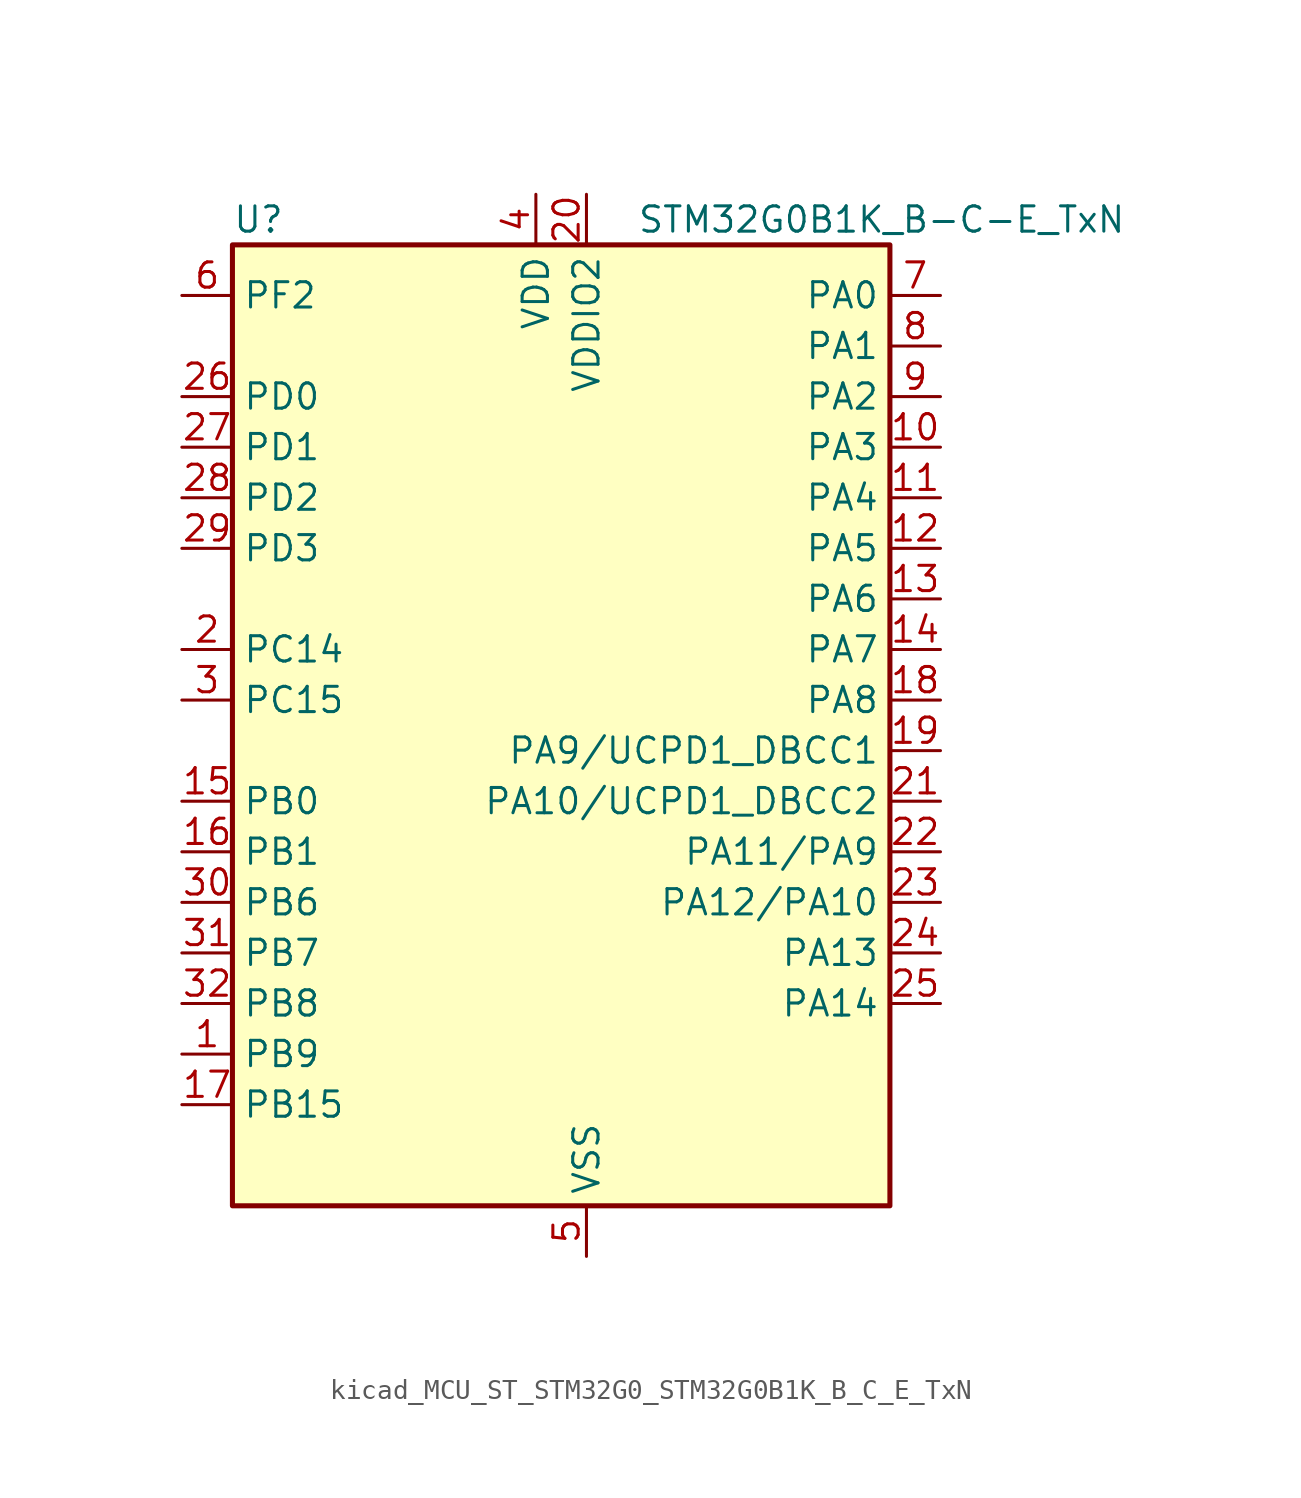
<source format=kicad_sym>
(kicad_symbol_lib
  (version 20220914)
  (generator kicad_symbol_editor)
  (symbol "kicad_MCU_ST_STM32G0_STM32G0B1K_B_C_E_TxN"
    (property "Reference" "U"
      (at -15.24 26.67 0)
      (effects (font (size 1.27 1.27)) (justify left)))
    (property "Value" "STM32G0B1K_B-C-E_TxN"
      (at 5.08 26.67 0)
      (effects (font (size 1.27 1.27)) (justify left)))
    (property "ki_locked" ""
      (at 0 0 0)
      (effects (font (size 1.27 1.27))))
    (symbol "kicad_MCU_ST_STM32G0_STM32G0B1K_B_C_E_TxN_0_1"
      (rectangle (start -15.24 -22.86) (end 17.78 25.4) (stroke (width 0.254) (type default)) (fill (type background))))
    (symbol "kicad_MCU_ST_STM32G0_STM32G0B1K_B_C_E_TxN_1_1"
      (pin bidirectional line (at -17.78 -15.24 0) (length 2.54) (name "PB9" (effects (font (size 1.27 1.27)))) (number "1" (effects (font (size 1.27 1.27)))) (alternate "DAC1_EXTI9" bidirectional line) (alternate "FDCAN1_TX" bidirectional line) (alternate "I2C1_SDA" bidirectional line) (alternate "I2S2_WS" bidirectional line) (alternate "IR_OUT" bidirectional line) (alternate "SPI2_NSS" bidirectional line) (alternate "TIM17_CH1" bidirectional line) (alternate "TIM4_CH4" bidirectional line) (alternate "UCPD2_FRSTX1" bidirectional line) (alternate "UCPD2_FRSTX2" bidirectional line) (alternate "USART3_RX" bidirectional line) (alternate "USART6_RX" bidirectional line))
      (pin bidirectional line (at 20.32 15.24 180) (length 2.54) (name "PA3" (effects (font (size 1.27 1.27)))) (number "10" (effects (font (size 1.27 1.27)))) (alternate "ADC1_IN3" bidirectional line) (alternate "COMP2_INP" bidirectional line) (alternate "I2S2_MCK" bidirectional line) (alternate "LPUART1_RX" bidirectional line) (alternate "SPI2_MISO" bidirectional line) (alternate "TIM15_CH2" bidirectional line) (alternate "TIM2_CH4" bidirectional line) (alternate "UCPD2_FRSTX1" bidirectional line) (alternate "UCPD2_FRSTX2" bidirectional line) (alternate "USART2_RX" bidirectional line))
      (pin bidirectional line (at 20.32 12.7 180) (length 2.54) (name "PA4" (effects (font (size 1.27 1.27)))) (number "11" (effects (font (size 1.27 1.27)))) (alternate "ADC1_IN4" bidirectional line) (alternate "DAC1_OUT1" bidirectional line) (alternate "I2S1_WS" bidirectional line) (alternate "I2S2_SD" bidirectional line) (alternate "LPTIM2_OUT" bidirectional line) (alternate "RTC_OUT1" bidirectional line) (alternate "RTC_TAMP_IN1" bidirectional line) (alternate "RTC_TS" bidirectional line) (alternate "SPI1_NSS" bidirectional line) (alternate "SPI2_MOSI" bidirectional line) (alternate "SYS_WKUP2" bidirectional line) (alternate "TIM14_CH1" bidirectional line) (alternate "UCPD2_FRSTX1" bidirectional line) (alternate "UCPD2_FRSTX2" bidirectional line) (alternate "USART6_TX" bidirectional line) (alternate "USB_NOE" bidirectional line))
      (pin bidirectional line (at 20.32 10.16 180) (length 2.54) (name "PA5" (effects (font (size 1.27 1.27)))) (number "12" (effects (font (size 1.27 1.27)))) (alternate "ADC1_IN5" bidirectional line) (alternate "CEC" bidirectional line) (alternate "DAC1_OUT2" bidirectional line) (alternate "I2S1_CK" bidirectional line) (alternate "LPTIM2_ETR" bidirectional line) (alternate "SPI1_SCK" bidirectional line) (alternate "TIM2_CH1" bidirectional line) (alternate "TIM2_ETR" bidirectional line) (alternate "UCPD1_FRSTX1" bidirectional line) (alternate "UCPD1_FRSTX2" bidirectional line) (alternate "USART3_TX" bidirectional line) (alternate "USART6_RX" bidirectional line))
      (pin bidirectional line (at 20.32 7.62 180) (length 2.54) (name "PA6" (effects (font (size 1.27 1.27)))) (number "13" (effects (font (size 1.27 1.27)))) (alternate "ADC1_IN6" bidirectional line) (alternate "COMP1_OUT" bidirectional line) (alternate "I2C2_SDA" bidirectional line) (alternate "I2C3_SDA" bidirectional line) (alternate "I2S1_MCK" bidirectional line) (alternate "LPUART1_CTS" bidirectional line) (alternate "SPI1_MISO" bidirectional line) (alternate "TIM16_CH1" bidirectional line) (alternate "TIM1_BK" bidirectional line) (alternate "TIM3_CH1" bidirectional line) (alternate "USART3_CTS" bidirectional line) (alternate "USART3_NSS" bidirectional line) (alternate "USART6_CTS" bidirectional line) (alternate "USART6_NSS" bidirectional line))
      (pin bidirectional line (at 20.32 5.08 180) (length 2.54) (name "PA7" (effects (font (size 1.27 1.27)))) (number "14" (effects (font (size 1.27 1.27)))) (alternate "ADC1_IN7" bidirectional line) (alternate "COMP2_OUT" bidirectional line) (alternate "I2C2_SCL" bidirectional line) (alternate "I2C3_SCL" bidirectional line) (alternate "I2S1_SD" bidirectional line) (alternate "SPI1_MOSI" bidirectional line) (alternate "TIM14_CH1" bidirectional line) (alternate "TIM17_CH1" bidirectional line) (alternate "TIM1_CH1N" bidirectional line) (alternate "TIM3_CH2" bidirectional line) (alternate "UCPD1_FRSTX1" bidirectional line) (alternate "UCPD1_FRSTX2" bidirectional line) (alternate "USART6_CK" bidirectional line) (alternate "USART6_DE" bidirectional line) (alternate "USART6_RTS" bidirectional line))
      (pin bidirectional line (at -17.78 -2.54 0) (length 2.54) (name "PB0" (effects (font (size 1.27 1.27)))) (number "15" (effects (font (size 1.27 1.27)))) (alternate "ADC1_IN8" bidirectional line) (alternate "COMP1_OUT" bidirectional line) (alternate "COMP3_INP" bidirectional line) (alternate "FDCAN2_RX" bidirectional line) (alternate "I2S1_WS" bidirectional line) (alternate "LPTIM1_OUT" bidirectional line) (alternate "LPUART2_CTS" bidirectional line) (alternate "SPI1_NSS" bidirectional line) (alternate "TIM1_CH2N" bidirectional line) (alternate "TIM3_CH3" bidirectional line) (alternate "UCPD1_FRSTX1" bidirectional line) (alternate "UCPD1_FRSTX2" bidirectional line) (alternate "USART3_RX" bidirectional line) (alternate "USART5_TX" bidirectional line))
      (pin bidirectional line (at -17.78 -5.08 0) (length 2.54) (name "PB1" (effects (font (size 1.27 1.27)))) (number "16" (effects (font (size 1.27 1.27)))) (alternate "ADC1_IN9" bidirectional line) (alternate "COMP1_INM" bidirectional line) (alternate "COMP3_OUT" bidirectional line) (alternate "FDCAN2_TX" bidirectional line) (alternate "LPTIM2_IN1" bidirectional line) (alternate "LPUART1_DE" bidirectional line) (alternate "LPUART1_RTS" bidirectional line) (alternate "LPUART2_DE" bidirectional line) (alternate "LPUART2_RTS" bidirectional line) (alternate "TIM14_CH1" bidirectional line) (alternate "TIM1_CH3N" bidirectional line) (alternate "TIM3_CH4" bidirectional line) (alternate "USART3_CK" bidirectional line) (alternate "USART3_DE" bidirectional line) (alternate "USART3_RTS" bidirectional line) (alternate "USART5_RX" bidirectional line))
      (pin bidirectional line (at -17.78 -17.78 0) (length 2.54) (name "PB15" (effects (font (size 1.27 1.27)))) (number "17" (effects (font (size 1.27 1.27)))) (alternate "I2S2_SD" bidirectional line) (alternate "RTC_REFIN" bidirectional line) (alternate "SPI2_MOSI" bidirectional line) (alternate "TIM15_CH1N" bidirectional line) (alternate "TIM15_CH2" bidirectional line) (alternate "TIM1_CH3N" bidirectional line) (alternate "UCPD1_CC2" bidirectional line) (alternate "USART6_CTS" bidirectional line) (alternate "USART6_NSS" bidirectional line))
      (pin bidirectional line (at 20.32 2.54 180) (length 2.54) (name "PA8" (effects (font (size 1.27 1.27)))) (number "18" (effects (font (size 1.27 1.27)))) (alternate "CRS1_SYNC" bidirectional line) (alternate "I2C2_SMBA" bidirectional line) (alternate "I2S2_WS" bidirectional line) (alternate "LPTIM2_OUT" bidirectional line) (alternate "RCC_MCO" bidirectional line) (alternate "SPI2_NSS" bidirectional line) (alternate "TIM1_CH1" bidirectional line) (alternate "UCPD1_CC1" bidirectional line))
      (pin bidirectional line (at 20.32 0 180) (length 2.54) (name "PA9/UCPD1_DBCC1" (effects (font (size 1.27 1.27)))) (number "19" (effects (font (size 1.27 1.27)))) (alternate "DAC1_EXTI9" bidirectional line) (alternate "I2C1_SCL" bidirectional line) (alternate "I2C2_SCL" bidirectional line) (alternate "I2S2_MCK" bidirectional line) (alternate "RCC_MCO" bidirectional line) (alternate "SPI2_MISO" bidirectional line) (alternate "TIM15_BK" bidirectional line) (alternate "TIM1_CH2" bidirectional line) (alternate "UCPD1_DBCC1" bidirectional line) (alternate "USART1_TX" bidirectional line))
      (pin bidirectional line (at -17.78 5.08 0) (length 2.54) (name "PC14" (effects (font (size 1.27 1.27)))) (number "2" (effects (font (size 1.27 1.27)))) (alternate "RCC_OSC32_IN" bidirectional line) (alternate "RCC_OSC_IN" bidirectional line) (alternate "TIM1_BK2" bidirectional line))
      (pin power_in line (at 2.54 27.94 270) (length 2.54) (name "VDDIO2" (effects (font (size 1.27 1.27)))) (number "20" (effects (font (size 1.27 1.27)))))
      (pin bidirectional line (at 20.32 -2.54 180) (length 2.54) (name "PA10/UCPD1_DBCC2" (effects (font (size 1.27 1.27)))) (number "21" (effects (font (size 1.27 1.27)))) (alternate "I2C1_SDA" bidirectional line) (alternate "I2C2_SDA" bidirectional line) (alternate "I2S2_SD" bidirectional line) (alternate "RCC_MCO_2" bidirectional line) (alternate "SPI2_MOSI" bidirectional line) (alternate "TIM17_BK" bidirectional line) (alternate "TIM1_CH3" bidirectional line) (alternate "UCPD1_DBCC2" bidirectional line) (alternate "USART1_RX" bidirectional line))
      (pin bidirectional line (at 20.32 -5.08 180) (length 2.54) (name "PA11/PA9" (effects (font (size 1.27 1.27)))) (number "22" (effects (font (size 1.27 1.27)))) (alternate "ADC1_EXTI11" bidirectional line) (alternate "COMP1_OUT" bidirectional line) (alternate "FDCAN1_RX" bidirectional line) (alternate "I2C2_SCL" bidirectional line) (alternate "I2S1_MCK" bidirectional line) (alternate "SPI1_MISO" bidirectional line) (alternate "TIM1_BK2" bidirectional line) (alternate "TIM1_CH4" bidirectional line) (alternate "USART1_CTS" bidirectional line) (alternate "USART1_NSS" bidirectional line) (alternate "USB_DM" bidirectional line))
      (pin bidirectional line (at 20.32 -7.62 180) (length 2.54) (name "PA12/PA10" (effects (font (size 1.27 1.27)))) (number "23" (effects (font (size 1.27 1.27)))) (alternate "COMP2_OUT" bidirectional line) (alternate "FDCAN1_TX" bidirectional line) (alternate "I2C2_SDA" bidirectional line) (alternate "I2S1_SD" bidirectional line) (alternate "I2S_CKIN" bidirectional line) (alternate "SPI1_MOSI" bidirectional line) (alternate "TIM1_ETR" bidirectional line) (alternate "USART1_CK" bidirectional line) (alternate "USART1_DE" bidirectional line) (alternate "USART1_RTS" bidirectional line) (alternate "USB_DP" bidirectional line))
      (pin bidirectional line (at 20.32 -10.16 180) (length 2.54) (name "PA13" (effects (font (size 1.27 1.27)))) (number "24" (effects (font (size 1.27 1.27)))) (alternate "IR_OUT" bidirectional line) (alternate "LPUART2_RX" bidirectional line) (alternate "SYS_SWDIO" bidirectional line) (alternate "USB_NOE" bidirectional line))
      (pin bidirectional line (at 20.32 -12.7 180) (length 2.54) (name "PA14" (effects (font (size 1.27 1.27)))) (number "25" (effects (font (size 1.27 1.27)))) (alternate "LPUART2_TX" bidirectional line) (alternate "SYS_SWCLK" bidirectional line) (alternate "USART2_TX" bidirectional line))
      (pin bidirectional line (at -17.78 17.78 0) (length 2.54) (name "PD0" (effects (font (size 1.27 1.27)))) (number "26" (effects (font (size 1.27 1.27)))) (alternate "FDCAN1_RX" bidirectional line) (alternate "I2S2_WS" bidirectional line) (alternate "SPI2_NSS" bidirectional line) (alternate "TIM16_CH1" bidirectional line) (alternate "UCPD2_CC1" bidirectional line))
      (pin bidirectional line (at -17.78 15.24 0) (length 2.54) (name "PD1" (effects (font (size 1.27 1.27)))) (number "27" (effects (font (size 1.27 1.27)))) (alternate "FDCAN1_TX" bidirectional line) (alternate "I2S2_CK" bidirectional line) (alternate "SPI2_SCK" bidirectional line) (alternate "TIM17_CH1" bidirectional line) (alternate "UCPD2_DBCC1" bidirectional line))
      (pin bidirectional line (at -17.78 12.7 0) (length 2.54) (name "PD2" (effects (font (size 1.27 1.27)))) (number "28" (effects (font (size 1.27 1.27)))) (alternate "TIM1_CH1N" bidirectional line) (alternate "TIM3_ETR" bidirectional line) (alternate "UCPD2_CC2" bidirectional line) (alternate "USART3_CK" bidirectional line) (alternate "USART3_DE" bidirectional line) (alternate "USART3_RTS" bidirectional line) (alternate "USART5_RX" bidirectional line))
      (pin bidirectional line (at -17.78 10.16 0) (length 2.54) (name "PD3" (effects (font (size 1.27 1.27)))) (number "29" (effects (font (size 1.27 1.27)))) (alternate "I2S2_MCK" bidirectional line) (alternate "SPI2_MISO" bidirectional line) (alternate "TIM1_CH2N" bidirectional line) (alternate "UCPD2_DBCC2" bidirectional line) (alternate "USART2_CTS" bidirectional line) (alternate "USART2_NSS" bidirectional line) (alternate "USART5_TX" bidirectional line))
      (pin bidirectional line (at -17.78 2.54 0) (length 2.54) (name "PC15" (effects (font (size 1.27 1.27)))) (number "3" (effects (font (size 1.27 1.27)))) (alternate "RCC_OSC32_EN" bidirectional line) (alternate "RCC_OSC32_OUT" bidirectional line) (alternate "RCC_OSC_EN" bidirectional line) (alternate "TIM15_BK" bidirectional line))
      (pin bidirectional line (at -17.78 -7.62 0) (length 2.54) (name "PB6" (effects (font (size 1.27 1.27)))) (number "30" (effects (font (size 1.27 1.27)))) (alternate "COMP2_INP" bidirectional line) (alternate "FDCAN2_TX" bidirectional line) (alternate "I2C1_SCL" bidirectional line) (alternate "I2S2_MCK" bidirectional line) (alternate "LPTIM1_ETR" bidirectional line) (alternate "LPUART2_TX" bidirectional line) (alternate "SPI2_MISO" bidirectional line) (alternate "TIM16_CH1N" bidirectional line) (alternate "TIM1_CH3" bidirectional line) (alternate "TIM4_CH1" bidirectional line) (alternate "USART1_TX" bidirectional line) (alternate "USART5_CTS" bidirectional line) (alternate "USART5_NSS" bidirectional line))
      (pin bidirectional line (at -17.78 -10.16 0) (length 2.54) (name "PB7" (effects (font (size 1.27 1.27)))) (number "31" (effects (font (size 1.27 1.27)))) (alternate "COMP2_INM" bidirectional line) (alternate "I2C1_SDA" bidirectional line) (alternate "I2S2_SD" bidirectional line) (alternate "LPTIM1_IN2" bidirectional line) (alternate "LPUART2_RX" bidirectional line) (alternate "SPI2_MOSI" bidirectional line) (alternate "SYS_PVD_IN" bidirectional line) (alternate "TIM17_CH1N" bidirectional line) (alternate "TIM4_CH2" bidirectional line) (alternate "USART1_RX" bidirectional line) (alternate "USART4_CTS" bidirectional line) (alternate "USART4_NSS" bidirectional line))
      (pin bidirectional line (at -17.78 -12.7 0) (length 2.54) (name "PB8" (effects (font (size 1.27 1.27)))) (number "32" (effects (font (size 1.27 1.27)))) (alternate "CEC" bidirectional line) (alternate "FDCAN1_RX" bidirectional line) (alternate "I2C1_SCL" bidirectional line) (alternate "I2S2_CK" bidirectional line) (alternate "SPI2_SCK" bidirectional line) (alternate "TIM15_BK" bidirectional line) (alternate "TIM16_CH1" bidirectional line) (alternate "TIM4_CH3" bidirectional line) (alternate "USART3_TX" bidirectional line) (alternate "USART6_TX" bidirectional line))
      (pin power_in line (at 0 27.94 270) (length 2.54) (name "VDD" (effects (font (size 1.27 1.27)))) (number "4" (effects (font (size 1.27 1.27)))))
      (pin power_in line (at 2.54 -25.4 90) (length 2.54) (name "VSS" (effects (font (size 1.27 1.27)))) (number "5" (effects (font (size 1.27 1.27)))))
      (pin bidirectional line (at -17.78 22.86 0) (length 2.54) (name "PF2" (effects (font (size 1.27 1.27)))) (number "6" (effects (font (size 1.27 1.27)))) (alternate "LPUART2_DE" bidirectional line) (alternate "LPUART2_RTS" bidirectional line) (alternate "LPUART2_TX" bidirectional line) (alternate "RCC_MCO" bidirectional line))
      (pin bidirectional line (at 20.32 22.86 180) (length 2.54) (name "PA0" (effects (font (size 1.27 1.27)))) (number "7" (effects (font (size 1.27 1.27)))) (alternate "ADC1_IN0" bidirectional line) (alternate "COMP1_INM" bidirectional line) (alternate "COMP1_OUT" bidirectional line) (alternate "I2S2_CK" bidirectional line) (alternate "LPTIM1_OUT" bidirectional line) (alternate "RTC_TAMP_IN2" bidirectional line) (alternate "SPI2_SCK" bidirectional line) (alternate "SYS_WKUP1" bidirectional line) (alternate "TIM2_CH1" bidirectional line) (alternate "TIM2_ETR" bidirectional line) (alternate "UCPD2_FRSTX1" bidirectional line) (alternate "UCPD2_FRSTX2" bidirectional line) (alternate "USART2_CTS" bidirectional line) (alternate "USART2_NSS" bidirectional line) (alternate "USART4_TX" bidirectional line))
      (pin bidirectional line (at 20.32 20.32 180) (length 2.54) (name "PA1" (effects (font (size 1.27 1.27)))) (number "8" (effects (font (size 1.27 1.27)))) (alternate "ADC1_IN1" bidirectional line) (alternate "COMP1_INP" bidirectional line) (alternate "I2C1_SMBA" bidirectional line) (alternate "I2S1_CK" bidirectional line) (alternate "SPI1_SCK" bidirectional line) (alternate "TIM15_CH1N" bidirectional line) (alternate "TIM2_CH2" bidirectional line) (alternate "USART2_CK" bidirectional line) (alternate "USART2_DE" bidirectional line) (alternate "USART2_RTS" bidirectional line) (alternate "USART4_RX" bidirectional line))
      (pin bidirectional line (at 20.32 17.78 180) (length 2.54) (name "PA2" (effects (font (size 1.27 1.27)))) (number "9" (effects (font (size 1.27 1.27)))) (alternate "ADC1_IN2" bidirectional line) (alternate "COMP2_INM" bidirectional line) (alternate "COMP2_OUT" bidirectional line) (alternate "I2S1_SD" bidirectional line) (alternate "LPUART1_TX" bidirectional line) (alternate "RCC_LSCO" bidirectional line) (alternate "SPI1_MOSI" bidirectional line) (alternate "SYS_WKUP4" bidirectional line) (alternate "TIM15_CH1" bidirectional line) (alternate "TIM2_CH3" bidirectional line) (alternate "UCPD1_FRSTX1" bidirectional line) (alternate "UCPD1_FRSTX2" bidirectional line) (alternate "USART2_TX" bidirectional line)))))
</source>
